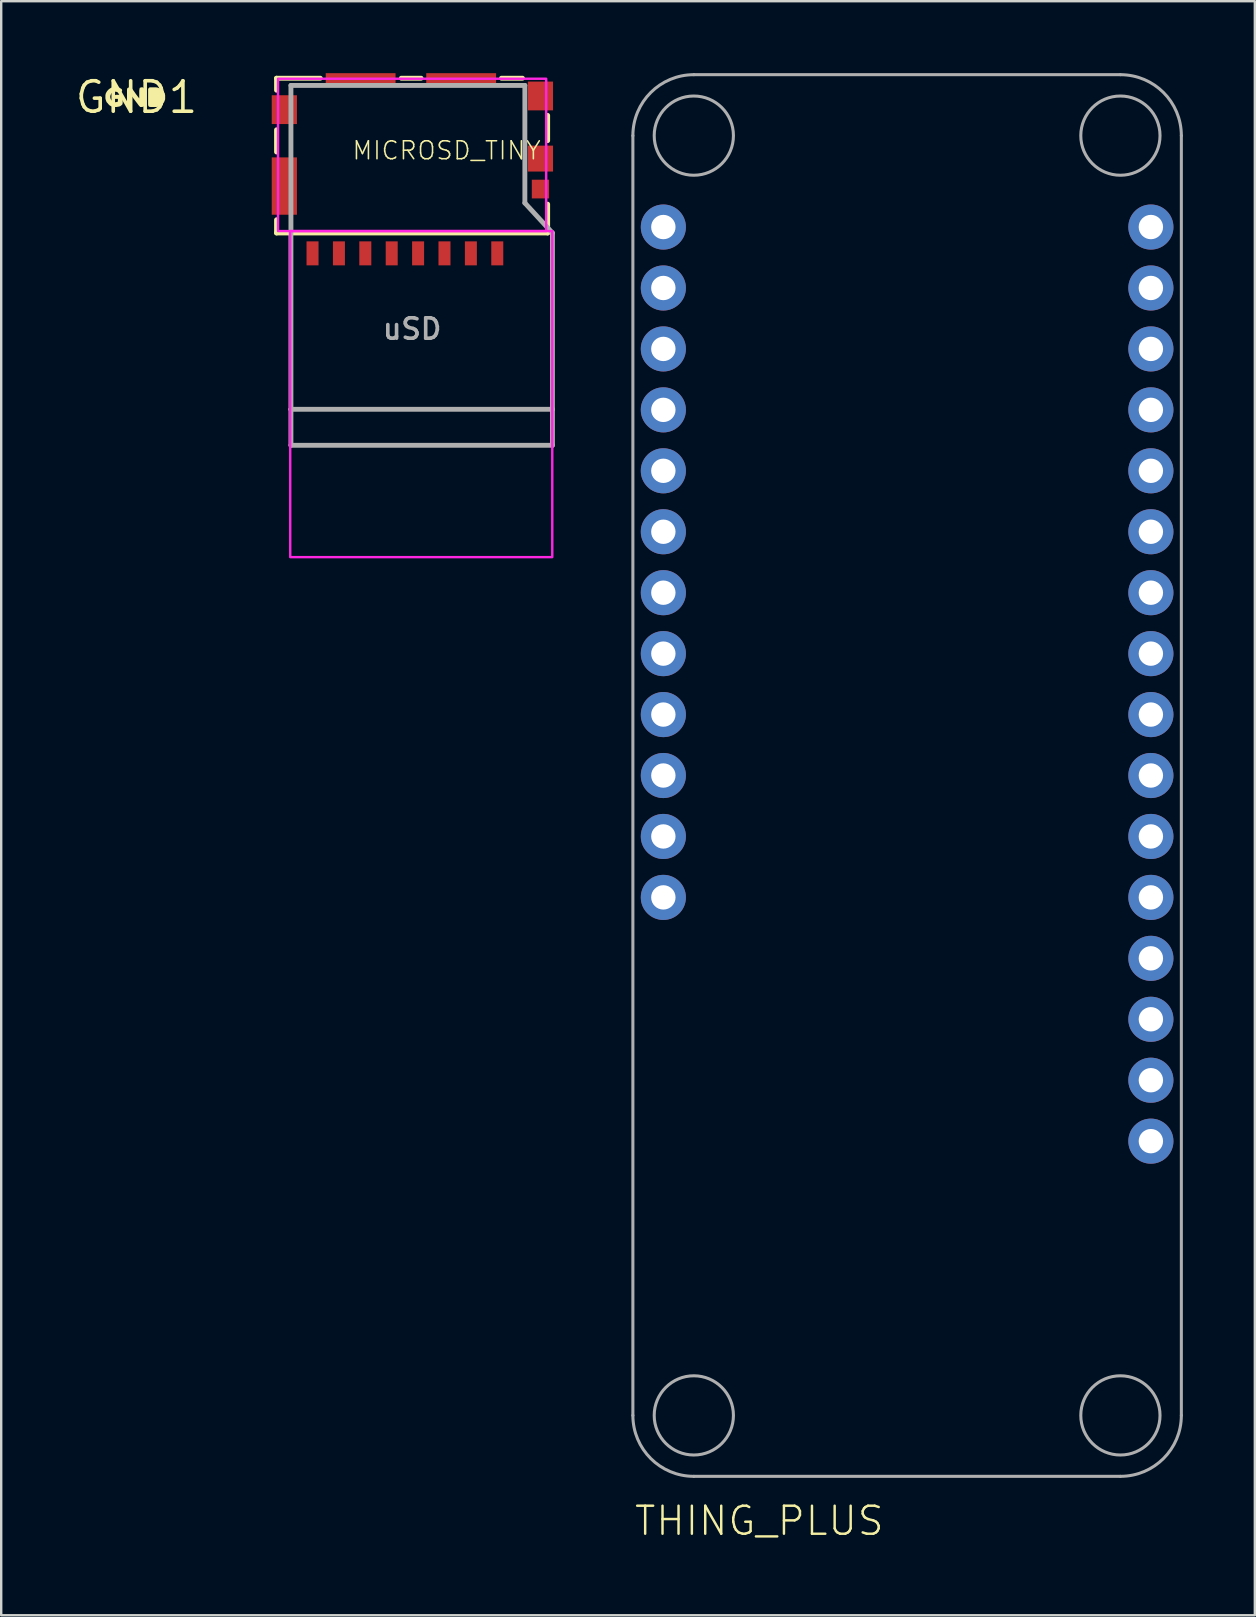
<source format=kicad_pcb>
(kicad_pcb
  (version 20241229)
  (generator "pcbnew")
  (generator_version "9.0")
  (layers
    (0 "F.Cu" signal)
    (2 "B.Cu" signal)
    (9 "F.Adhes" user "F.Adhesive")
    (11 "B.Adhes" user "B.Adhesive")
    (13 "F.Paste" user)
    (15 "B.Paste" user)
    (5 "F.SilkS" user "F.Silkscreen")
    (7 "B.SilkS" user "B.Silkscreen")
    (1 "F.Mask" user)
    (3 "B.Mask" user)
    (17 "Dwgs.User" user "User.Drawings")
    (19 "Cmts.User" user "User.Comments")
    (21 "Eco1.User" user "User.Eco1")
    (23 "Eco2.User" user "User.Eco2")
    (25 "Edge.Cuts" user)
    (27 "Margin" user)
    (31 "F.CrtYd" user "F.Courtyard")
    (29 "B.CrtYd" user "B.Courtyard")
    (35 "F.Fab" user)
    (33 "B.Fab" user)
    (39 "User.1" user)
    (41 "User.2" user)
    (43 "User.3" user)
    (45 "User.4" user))
  (footprint "MICROSD_TINY"
    (layer "F.Cu")
    (at 14.126 3.66)
    (property "Reference" "MICROSD_TINY" (at -2.54 0 0) (unlocked yes) (layer "F.SilkS") (effects (font (size 0.748 0.748) (thickness 0.065)) (justify left bottom)))
    (fp_line (start -5.65 -3.45) (end -3.825 -3.45) (stroke (width 0.203) (type solid)) (layer "F.SilkS"))
    (fp_line (start -5.65 -2.95) (end -5.65 -3.45) (stroke (width 0.203) (type solid)) (layer "F.SilkS"))
    (fp_line (start -5.65 -0.375) (end -5.65 -1.3) (stroke (width 0.203) (type solid)) (layer "F.SilkS"))
    (fp_line (start -5.65 2.45) (end -5.65 3) (stroke (width 0.203) (type solid)) (layer "F.SilkS"))
    (fp_line (start -5.65 3) (end 5.65 3) (stroke (width 0.203) (type solid)) (layer "F.SilkS"))
    (fp_line (start 0.375 -3.45) (end -0.45 -3.45) (stroke (width 0.203) (type solid)) (layer "F.SilkS"))
    (fp_line (start 4.6 -3.45) (end 3.725 -3.45) (stroke (width 0.203) (type solid)) (layer "F.SilkS"))
    (fp_line (start 5.65 -0.85) (end 5.65 -1.9) (stroke (width 0.203) (type solid)) (layer "F.SilkS"))
    (fp_line (start 5.65 3) (end 5.65 1.8) (stroke (width 0.203) (type solid)) (layer "F.SilkS"))
    (fp_poly (pts (xy -5.588 2.921) (xy 5.588 2.921) (xy 5.588 -3.429) (xy -5.588 -3.429)) (stroke (width 0.1) (type default)) (fill no) (layer "F.CrtYd"))
    (fp_poly (pts (xy -5.08 16.51) (xy 5.842 16.51) (xy 5.842 2.921) (xy -5.08 2.921)) (stroke (width 0.1) (type default)) (fill no) (layer "F.CrtYd"))
    (fp_line (start -5.05 -3.15) (end -5.05 10.35) (stroke (width 0.203) (type solid)) (layer "F.Fab"))
    (fp_line (start -5.05 10.35) (end -5.05 11.85) (stroke (width 0.203) (type solid)) (layer "F.Fab"))
    (fp_line (start -5.05 10.35) (end 5.85 10.35) (stroke (width 0.203) (type solid)) (layer "F.Fab"))
    (fp_line (start -5.05 11.85) (end 5.85 11.85) (stroke (width 0.203) (type solid)) (layer "F.Fab"))
    (fp_line (start 4.7 -3.15) (end -5.05 -3.15) (stroke (width 0.203) (type solid)) (layer "F.Fab"))
    (fp_line (start 4.7 1.75) (end 4.7 -3.15) (stroke (width 0.203) (type solid)) (layer "F.Fab"))
    (fp_line (start 5.85 3) (end 4.7 1.75) (stroke (width 0.203) (type solid)) (layer "F.Fab"))
    (fp_line (start 5.85 10.35) (end 5.85 3) (stroke (width 0.203) (type solid)) (layer "F.Fab"))
    (fp_line (start 5.85 11.85) (end 5.85 10.35) (stroke (width 0.203) (type solid)) (layer "F.Fab"))
    (fp_text user "uSD" (at 0 7 0) (unlocked yes) (layer "F.Fab") (effects (font (size 0.85 0.85) (thickness 0.15))))
    (pad "1" smd rect (at 3.55 3.85 90) (size 1 0.5) (layers "F.Cu" "F.Mask" "F.Paste"))
    (pad "2" smd rect (at 2.45 3.85 90) (size 1 0.5) (layers "F.Cu" "F.Mask" "F.Paste"))
    (pad "3" smd rect (at 1.35 3.85 90) (size 1 0.5) (layers "F.Cu" "F.Mask" "F.Paste"))
    (pad "4" smd rect (at 0.25 3.85 90) (size 1 0.5) (layers "F.Cu" "F.Mask" "F.Paste"))
    (pad "5" smd rect (at -0.85 3.85 90) (size 1 0.5) (layers "F.Cu" "F.Mask" "F.Paste"))
    (pad "6" smd rect (at -1.95 3.85 90) (size 1 0.5) (layers "F.Cu" "F.Mask" "F.Paste"))
    (pad "7" smd rect (at -3.05 3.85 90) (size 1 0.5) (layers "F.Cu" "F.Mask" "F.Paste"))
    (pad "8" smd rect (at -4.15 3.85 90) (size 1 0.5) (layers "F.Cu" "F.Mask" "F.Paste"))
    (pad "9" smd rect (at 5.35 1.17 180) (size 0.72 0.78) (layers "F.Cu" "F.Mask" "F.Paste"))
    (pad "GND1" smd rect (at 5.35 -0.1 90) (size 1.08 1.05) (layers "F.Cu" "F.Mask" "F.Paste"))
    (pad "GND2" smd rect (at 5.35 -2.71 90) (size 1.2 1.05) (layers "F.Cu" "F.Mask" "F.Paste"))
    (pad "GND3" smd rect (at -5.325 -2.14 90) (size 1.2 1.05) (layers "F.Cu" "F.Mask" "F.Paste"))
    (pad "GND4" smd rect (at -5.325 1.045 90) (size 2.39 1.05) (layers "F.Cu" "F.Mask" "F.Paste"))
    (pad "GND5" smd rect (at -2.145 -3.385) (size 2.91 0.55) (layers "F.Cu" "F.Mask" "F.Paste"))
    (pad "GND6" smd rect (at 2.045 -3.385) (size 2.91 0.55) (layers "F.Cu" "F.Mask" "F.Paste"))
    (zone (net_name "") (layer "F.Cu") (hatch edge 0.5) (connect_pads) (min_thickness 0.25) (filled_areas_thickness no) (keepout (tracks not_allowed) (vias not_allowed) (pads not_allowed) (copperpour not_allowed) (footprints allowed)) (placement (enabled no)) (fill) (polygon (pts (xy 9.642 5.644) (xy 18.178 5.644) (xy 18.178 1.734) (xy 9.642 1.734))))
    (zone (net_name "") (layer "F.Cu") (hatch edge 0.5) (connect_pads) (min_thickness 0.25) (filled_areas_thickness no) (keepout (tracks not_allowed) (vias not_allowed) (pads not_allowed) (copperpour not_allowed) (footprints allowed)) (placement (enabled no)) (fill) (polygon (pts (xy 9.642 5.644) (xy 18.178 5.644) (xy 18.178 1.734) (xy 9.642 1.734)))))
  (footprint "GND1"
    (layer "F.Cu")
    (at 2.638 1.006)
    (property "Reference" "GND1" (at 0 0 0) (layer "F.SilkS") (effects (font (size 1.27 1.27) (thickness 0.15))))
    (fp_poly (pts (xy -0.217 -0.394) (xy -0.176 -0.353) (xy -0.006 -0.113) (xy 0.115 0.045) (xy 0.115 -0.28) (xy 0.125 -0.341) (xy 0.136 -0.394) (xy 0.189 -0.415) (xy 0.262 -0.415) (xy 0.304 -0.383) (xy 0.325 -0.331) (xy 0.325 0.3) (xy 0.315 0.362) (xy 0.282 0.395) (xy 0.21 0.405) (xy 0.158 0.405) (xy 0.106 0.353) (xy -0.195 -0.045) (xy -0.195 0.341) (xy -0.216 0.384) (xy -0.269 0.405) (xy -0.342 0.405) (xy -0.385 0.373) (xy -0.395 0.32) (xy -0.395 -0.32) (xy -0.385 -0.373) (xy -0.342 -0.405) (xy -0.28 -0.415)) (stroke (width 0) (type default)) (fill yes) (layer "F.SilkS"))
    (fp_poly (pts (xy 0.881 -0.405) (xy 0.932 -0.385) (xy 0.982 -0.364) (xy 1.033 -0.334) (xy 1.083 -0.294) (xy 1.124 -0.253) (xy 1.154 -0.202) (xy 1.175 -0.152) (xy 1.195 -0.091) (xy 1.195 0.081) (xy 1.175 0.142) (xy 1.154 0.192) (xy 1.124 0.233) (xy 1.084 0.283) (xy 1.043 0.324) (xy 0.993 0.354) (xy 0.946 0.382) (xy 0.947 0.384) (xy 0.942 0.385) (xy 0.938 0.387) (xy 0.937 0.386) (xy 0.881 0.395) (xy 0.83 0.405) (xy 0.6 0.405) (xy 0.528 0.395) (xy 0.495 0.362) (xy 0.485 0.3) (xy 0.485 -0.341) (xy 0.506 -0.383) (xy 0.548 -0.415) (xy 0.82 -0.415)) (stroke (width 0) (type default)) (fill yes) (layer "F.SilkS"))
    (fp_poly (pts (xy -0.779 -0.425) (xy -0.728 -0.405) (xy -0.668 -0.374) (xy -0.616 -0.343) (xy -0.595 -0.29) (xy -0.616 -0.237) (xy -0.667 -0.185) (xy -0.71 -0.175) (xy -0.821 -0.225) (xy -0.88 -0.235) (xy -0.939 -0.225) (xy -0.988 -0.206) (xy -1.036 -0.176) (xy -1.066 -0.128) (xy -1.085 -0.079) (xy -1.095 -0.02) (xy -1.085 0.039) (xy -1.066 0.087) (xy -1.026 0.137) (xy -0.987 0.176) (xy -0.939 0.195) (xy -0.88 0.205) (xy -0.821 0.195) (xy -0.775 0.177) (xy -0.775 0.065) (xy -0.892 0.065) (xy -0.935 0.033) (xy -0.935 -0.031) (xy -0.914 -0.084) (xy -0.851 -0.105) (xy -0.68 -0.105) (xy -0.618 -0.095) (xy -0.585 -0.062) (xy -0.575 -0.000414) (xy -0.575 0.23) (xy -0.585 0.292) (xy -0.627 0.334) (xy -0.668 0.364) (xy -0.719 0.385) (xy -0.779 0.395) (xy -0.84 0.405) (xy -0.961 0.405) (xy -1.022 0.385) (xy -1.072 0.364) (xy -1.123 0.334) (xy -1.164 0.293) (xy -1.204 0.243) (xy -1.244 0.203) (xy -1.265 0.152) (xy -1.285 0.091) (xy -1.295 0.04) (xy -1.295 -0.08) (xy -1.285 -0.141) (xy -1.264 -0.192) (xy -1.234 -0.243) (xy -1.194 -0.293) (xy -1.153 -0.334) (xy -1.113 -0.364) (xy -1.062 -0.395) (xy -1.002 -0.415) (xy -0.951 -0.435) (xy -0.83 -0.435)) (stroke (width 0) (type default)) (fill yes) (layer "F.SilkS")))
  (footprint "THING_PLUS"
    (layer "F.Cu")
    (at 23.328 58.483)
    (property "Reference" "THING_PLUS" (at 0 2.54 0) (unlocked yes) (layer "F.SilkS") (effects (font (size 1.168 1.168) (thickness 0.102)) (justify left bottom)))
    (fp_line (start 0 -2.54) (end 0 -55.88) (stroke (width 0.127) (type solid)) (layer "F.Fab"))
    (fp_line (start 2.54 -58.42) (end 20.32 -58.42) (stroke (width 0.127) (type solid)) (layer "F.Fab"))
    (fp_line (start 20.32 0) (end 2.54 0) (stroke (width 0.127) (type solid)) (layer "F.Fab"))
    (fp_line (start 22.86 -55.88) (end 22.86 -2.54) (stroke (width 0.127) (type solid)) (layer "F.Fab"))
    (fp_arc (start 0 -55.88) (mid 0.743949 -57.676051) (end 2.54 -58.42) (stroke (width 0.127) (type solid)) (layer "F.Fab"))
    (fp_arc (start 2.54 0) (mid 0.743949 -0.743949) (end 0 -2.54) (stroke (width 0.127) (type solid)) (layer "F.Fab"))
    (fp_arc (start 20.32 -58.42) (mid 22.116051 -57.676051) (end 22.86 -55.88) (stroke (width 0.127) (type solid)) (layer "F.Fab"))
    (fp_arc (start 22.86 -2.54) (mid 22.116051 -0.743949) (end 20.32 0) (stroke (width 0.127) (type solid)) (layer "F.Fab"))
    (fp_circle (center 2.54 -55.88) (end 4.191 -55.88) (stroke (width 0.127) (type solid)) (fill no) (layer "F.Fab"))
    (fp_circle (center 2.54 -2.54) (end 4.191 -2.54) (stroke (width 0.127) (type solid)) (fill no) (layer "F.Fab"))
    (fp_circle (center 20.32 -55.88) (end 21.971 -55.88) (stroke (width 0.127) (type solid)) (fill no) (layer "F.Fab"))
    (fp_circle (center 20.32 -2.54) (end 21.971 -2.54) (stroke (width 0.127) (type solid)) (fill no) (layer "F.Fab"))
    (pad "1" thru_hole circle (at 1.27 -52.07) (size 1.88 1.88) (drill 1.016) (layers "*.Cu" "*.Mask"))
    (pad "2" thru_hole circle (at 1.27 -49.53) (size 1.88 1.88) (drill 1.016) (layers "*.Cu" "*.Mask"))
    (pad "3" thru_hole circle (at 1.27 -46.99) (size 1.88 1.88) (drill 1.016) (layers "*.Cu" "*.Mask"))
    (pad "4" thru_hole circle (at 1.27 -44.45) (size 1.88 1.88) (drill 1.016) (layers "*.Cu" "*.Mask"))
    (pad "5" thru_hole circle (at 1.27 -41.91) (size 1.88 1.88) (drill 1.016) (layers "*.Cu" "*.Mask"))
    (pad "6" thru_hole circle (at 1.27 -39.37) (size 1.88 1.88) (drill 1.016) (layers "*.Cu" "*.Mask"))
    (pad "7" thru_hole circle (at 1.27 -36.83) (size 1.88 1.88) (drill 1.016) (layers "*.Cu" "*.Mask"))
    (pad "8" thru_hole circle (at 1.27 -34.29) (size 1.88 1.88) (drill 1.016) (layers "*.Cu" "*.Mask"))
    (pad "9" thru_hole circle (at 1.27 -31.75) (size 1.88 1.88) (drill 1.016) (layers "*.Cu" "*.Mask"))
    (pad "10" thru_hole circle (at 1.27 -29.21) (size 1.88 1.88) (drill 1.016) (layers "*.Cu" "*.Mask"))
    (pad "11" thru_hole circle (at 1.27 -26.67) (size 1.88 1.88) (drill 1.016) (layers "*.Cu" "*.Mask"))
    (pad "12" thru_hole circle (at 1.27 -24.13) (size 1.88 1.88) (drill 1.016) (layers "*.Cu" "*.Mask"))
    (pad "13" thru_hole circle (at 21.59 -52.07) (size 1.88 1.88) (drill 1.016) (layers "*.Cu" "*.Mask"))
    (pad "14" thru_hole circle (at 21.59 -49.53) (size 1.88 1.88) (drill 1.016) (layers "*.Cu" "*.Mask"))
    (pad "15" thru_hole circle (at 21.59 -46.99) (size 1.88 1.88) (drill 1.016) (layers "*.Cu" "*.Mask"))
    (pad "16" thru_hole circle (at 21.59 -44.45) (size 1.88 1.88) (drill 1.016) (layers "*.Cu" "*.Mask"))
    (pad "17" thru_hole circle (at 21.59 -41.91) (size 1.88 1.88) (drill 1.016) (layers "*.Cu" "*.Mask"))
    (pad "18" thru_hole circle (at 21.59 -39.37) (size 1.88 1.88) (drill 1.016) (layers "*.Cu" "*.Mask"))
    (pad "19" thru_hole circle (at 21.59 -36.83) (size 1.88 1.88) (drill 1.016) (layers "*.Cu" "*.Mask"))
    (pad "20" thru_hole circle (at 21.59 -34.29) (size 1.88 1.88) (drill 1.016) (layers "*.Cu" "*.Mask"))
    (pad "21" thru_hole circle (at 21.59 -31.75) (size 1.88 1.88) (drill 1.016) (layers "*.Cu" "*.Mask"))
    (pad "22" thru_hole circle (at 21.59 -29.21) (size 1.88 1.88) (drill 1.016) (layers "*.Cu" "*.Mask"))
    (pad "23" thru_hole circle (at 21.59 -26.67) (size 1.88 1.88) (drill 1.016) (layers "*.Cu" "*.Mask"))
    (pad "24" thru_hole circle (at 21.59 -24.13) (size 1.88 1.88) (drill 1.016) (layers "*.Cu" "*.Mask"))
    (pad "25" thru_hole circle (at 21.59 -21.59) (size 1.88 1.88) (drill 1.016) (layers "*.Cu" "*.Mask"))
    (pad "26" thru_hole circle (at 21.59 -19.05) (size 1.88 1.88) (drill 1.016) (layers "*.Cu" "*.Mask"))
    (pad "27" thru_hole circle (at 21.59 -16.51) (size 1.88 1.88) (drill 1.016) (layers "*.Cu" "*.Mask"))
    (pad "28" thru_hole circle (at 21.59 -13.97) (size 1.88 1.88) (drill 1.016) (layers "*.Cu" "*.Mask")))
  (gr_rect
    (start -3 -3)
    (end 49.251 64.274)
    (stroke (width 0.1) (type default))
    (fill no)
    (layer "Edge.Cuts")))
</source>
